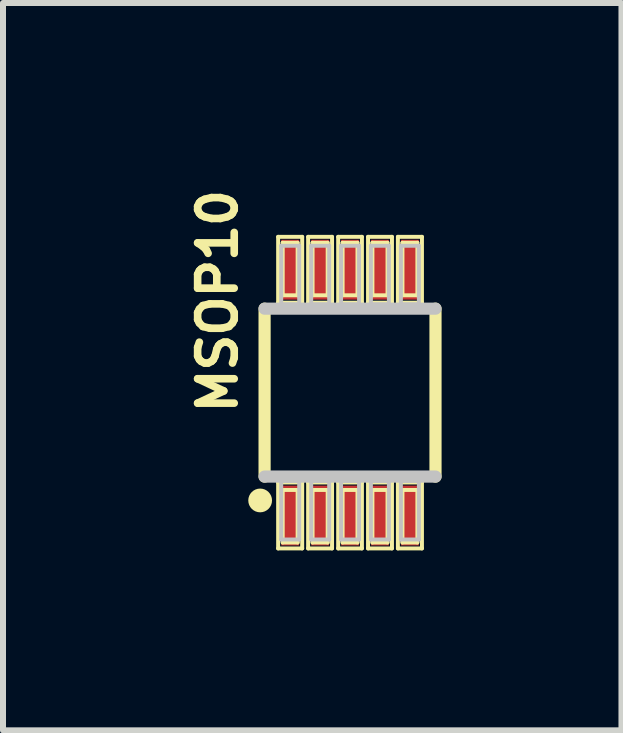
<source format=kicad_pcb>
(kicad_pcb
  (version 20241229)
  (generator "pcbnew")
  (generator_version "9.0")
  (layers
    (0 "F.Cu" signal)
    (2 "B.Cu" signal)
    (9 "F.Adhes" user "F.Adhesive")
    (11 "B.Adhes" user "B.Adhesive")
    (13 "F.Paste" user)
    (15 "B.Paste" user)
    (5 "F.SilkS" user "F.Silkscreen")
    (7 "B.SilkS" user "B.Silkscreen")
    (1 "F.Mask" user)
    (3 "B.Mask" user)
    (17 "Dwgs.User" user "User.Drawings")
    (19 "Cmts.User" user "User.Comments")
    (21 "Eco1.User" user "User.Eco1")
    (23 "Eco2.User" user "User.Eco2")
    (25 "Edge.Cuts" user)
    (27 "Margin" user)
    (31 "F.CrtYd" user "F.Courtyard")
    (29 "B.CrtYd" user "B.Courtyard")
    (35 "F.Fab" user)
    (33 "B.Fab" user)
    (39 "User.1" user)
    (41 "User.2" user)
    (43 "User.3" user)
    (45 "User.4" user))
  (footprint "MSOP10"
    (layer "F.Cu")
    (at 2.787 3.497)
    (property "Reference" "MSOP10" (at -2.207 -1.524 90) (layer "F.SilkS") (effects (font (size 0.61 0.61) (thickness 0.127))))
    (attr smd)
    (fp_line (start -1.425 -1.4) (end -1.425 1.4) (stroke (width 0.203) (type solid)) (layer "F.SilkS"))
    (fp_line (start -1.199 -2.598) (end -0.798 -2.598) (stroke (width 0.066) (type solid)) (layer "F.SilkS"))
    (fp_line (start -1.199 -1.499) (end -1.199 -2.598) (stroke (width 0.066) (type solid)) (layer "F.SilkS"))
    (fp_line (start -1.199 -1.499) (end -0.798 -1.499) (stroke (width 0.066) (type solid)) (layer "F.SilkS"))
    (fp_line (start -1.199 1.499) (end -0.798 1.499) (stroke (width 0.066) (type solid)) (layer "F.SilkS"))
    (fp_line (start -1.199 2.598) (end -1.199 1.499) (stroke (width 0.066) (type solid)) (layer "F.SilkS"))
    (fp_line (start -1.199 2.598) (end -0.798 2.598) (stroke (width 0.066) (type solid)) (layer "F.SilkS"))
    (fp_line (start -1.123 -2.499) (end -0.874 -2.499) (stroke (width 0.066) (type solid)) (layer "F.SilkS"))
    (fp_line (start -1.123 -1.623) (end -1.123 -2.499) (stroke (width 0.066) (type solid)) (layer "F.SilkS"))
    (fp_line (start -1.123 -1.623) (end -0.874 -1.623) (stroke (width 0.066) (type solid)) (layer "F.SilkS"))
    (fp_line (start -1.123 1.623) (end -0.874 1.623) (stroke (width 0.066) (type solid)) (layer "F.SilkS"))
    (fp_line (start -1.123 2.499) (end -1.123 1.623) (stroke (width 0.066) (type solid)) (layer "F.SilkS"))
    (fp_line (start -1.123 2.499) (end -0.874 2.499) (stroke (width 0.066) (type solid)) (layer "F.SilkS"))
    (fp_line (start -0.874 -1.623) (end -0.874 -2.499) (stroke (width 0.066) (type solid)) (layer "F.SilkS"))
    (fp_line (start -0.874 2.499) (end -0.874 1.623) (stroke (width 0.066) (type solid)) (layer "F.SilkS"))
    (fp_line (start -0.798 -1.499) (end -0.798 -2.598) (stroke (width 0.066) (type solid)) (layer "F.SilkS"))
    (fp_line (start -0.798 2.598) (end -0.798 1.499) (stroke (width 0.066) (type solid)) (layer "F.SilkS"))
    (fp_line (start -0.699 -2.598) (end -0.3 -2.598) (stroke (width 0.066) (type solid)) (layer "F.SilkS"))
    (fp_line (start -0.699 -1.499) (end -0.699 -2.598) (stroke (width 0.066) (type solid)) (layer "F.SilkS"))
    (fp_line (start -0.699 -1.499) (end -0.3 -1.499) (stroke (width 0.066) (type solid)) (layer "F.SilkS"))
    (fp_line (start -0.699 1.499) (end -0.3 1.499) (stroke (width 0.066) (type solid)) (layer "F.SilkS"))
    (fp_line (start -0.699 2.598) (end -0.699 1.499) (stroke (width 0.066) (type solid)) (layer "F.SilkS"))
    (fp_line (start -0.699 2.598) (end -0.3 2.598) (stroke (width 0.066) (type solid)) (layer "F.SilkS"))
    (fp_line (start -0.625 -2.499) (end -0.373 -2.499) (stroke (width 0.066) (type solid)) (layer "F.SilkS"))
    (fp_line (start -0.625 -1.623) (end -0.625 -2.499) (stroke (width 0.066) (type solid)) (layer "F.SilkS"))
    (fp_line (start -0.625 -1.623) (end -0.373 -1.623) (stroke (width 0.066) (type solid)) (layer "F.SilkS"))
    (fp_line (start -0.625 1.623) (end -0.373 1.623) (stroke (width 0.066) (type solid)) (layer "F.SilkS"))
    (fp_line (start -0.625 2.499) (end -0.625 1.623) (stroke (width 0.066) (type solid)) (layer "F.SilkS"))
    (fp_line (start -0.625 2.499) (end -0.373 2.499) (stroke (width 0.066) (type solid)) (layer "F.SilkS"))
    (fp_line (start -0.373 -1.623) (end -0.373 -2.499) (stroke (width 0.066) (type solid)) (layer "F.SilkS"))
    (fp_line (start -0.373 2.499) (end -0.373 1.623) (stroke (width 0.066) (type solid)) (layer "F.SilkS"))
    (fp_line (start -0.3 -1.499) (end -0.3 -2.598) (stroke (width 0.066) (type solid)) (layer "F.SilkS"))
    (fp_line (start -0.3 2.598) (end -0.3 1.499) (stroke (width 0.066) (type solid)) (layer "F.SilkS"))
    (fp_line (start -0.198 -2.598) (end 0.198 -2.598) (stroke (width 0.066) (type solid)) (layer "F.SilkS"))
    (fp_line (start -0.198 -1.499) (end -0.198 -2.598) (stroke (width 0.066) (type solid)) (layer "F.SilkS"))
    (fp_line (start -0.198 -1.499) (end 0.198 -1.499) (stroke (width 0.066) (type solid)) (layer "F.SilkS"))
    (fp_line (start -0.198 1.499) (end 0.198 1.499) (stroke (width 0.066) (type solid)) (layer "F.SilkS"))
    (fp_line (start -0.198 2.598) (end -0.198 1.499) (stroke (width 0.066) (type solid)) (layer "F.SilkS"))
    (fp_line (start -0.198 2.598) (end 0.198 2.598) (stroke (width 0.066) (type solid)) (layer "F.SilkS"))
    (fp_line (start -0.124 -2.499) (end 0.124 -2.499) (stroke (width 0.066) (type solid)) (layer "F.SilkS"))
    (fp_line (start -0.124 -1.623) (end -0.124 -2.499) (stroke (width 0.066) (type solid)) (layer "F.SilkS"))
    (fp_line (start -0.124 -1.623) (end 0.124 -1.623) (stroke (width 0.066) (type solid)) (layer "F.SilkS"))
    (fp_line (start -0.124 1.623) (end 0.124 1.623) (stroke (width 0.066) (type solid)) (layer "F.SilkS"))
    (fp_line (start -0.124 2.499) (end -0.124 1.623) (stroke (width 0.066) (type solid)) (layer "F.SilkS"))
    (fp_line (start -0.124 2.499) (end 0.124 2.499) (stroke (width 0.066) (type solid)) (layer "F.SilkS"))
    (fp_line (start 0.124 -1.623) (end 0.124 -2.499) (stroke (width 0.066) (type solid)) (layer "F.SilkS"))
    (fp_line (start 0.124 2.499) (end 0.124 1.623) (stroke (width 0.066) (type solid)) (layer "F.SilkS"))
    (fp_line (start 0.198 -1.499) (end 0.198 -2.598) (stroke (width 0.066) (type solid)) (layer "F.SilkS"))
    (fp_line (start 0.198 2.598) (end 0.198 1.499) (stroke (width 0.066) (type solid)) (layer "F.SilkS"))
    (fp_line (start 0.3 -2.598) (end 0.699 -2.598) (stroke (width 0.066) (type solid)) (layer "F.SilkS"))
    (fp_line (start 0.3 -1.499) (end 0.3 -2.598) (stroke (width 0.066) (type solid)) (layer "F.SilkS"))
    (fp_line (start 0.3 -1.499) (end 0.699 -1.499) (stroke (width 0.066) (type solid)) (layer "F.SilkS"))
    (fp_line (start 0.3 1.499) (end 0.699 1.499) (stroke (width 0.066) (type solid)) (layer "F.SilkS"))
    (fp_line (start 0.3 2.598) (end 0.3 1.499) (stroke (width 0.066) (type solid)) (layer "F.SilkS"))
    (fp_line (start 0.3 2.598) (end 0.699 2.598) (stroke (width 0.066) (type solid)) (layer "F.SilkS"))
    (fp_line (start 0.373 -2.499) (end 0.625 -2.499) (stroke (width 0.066) (type solid)) (layer "F.SilkS"))
    (fp_line (start 0.373 -1.623) (end 0.373 -2.499) (stroke (width 0.066) (type solid)) (layer "F.SilkS"))
    (fp_line (start 0.373 -1.623) (end 0.625 -1.623) (stroke (width 0.066) (type solid)) (layer "F.SilkS"))
    (fp_line (start 0.373 1.623) (end 0.625 1.623) (stroke (width 0.066) (type solid)) (layer "F.SilkS"))
    (fp_line (start 0.373 2.499) (end 0.373 1.623) (stroke (width 0.066) (type solid)) (layer "F.SilkS"))
    (fp_line (start 0.373 2.499) (end 0.625 2.499) (stroke (width 0.066) (type solid)) (layer "F.SilkS"))
    (fp_line (start 0.625 -1.623) (end 0.625 -2.499) (stroke (width 0.066) (type solid)) (layer "F.SilkS"))
    (fp_line (start 0.625 2.499) (end 0.625 1.623) (stroke (width 0.066) (type solid)) (layer "F.SilkS"))
    (fp_line (start 0.699 -1.499) (end 0.699 -2.598) (stroke (width 0.066) (type solid)) (layer "F.SilkS"))
    (fp_line (start 0.699 2.598) (end 0.699 1.499) (stroke (width 0.066) (type solid)) (layer "F.SilkS"))
    (fp_line (start 0.798 -2.598) (end 1.199 -2.598) (stroke (width 0.066) (type solid)) (layer "F.SilkS"))
    (fp_line (start 0.798 -1.499) (end 0.798 -2.598) (stroke (width 0.066) (type solid)) (layer "F.SilkS"))
    (fp_line (start 0.798 -1.499) (end 1.199 -1.499) (stroke (width 0.066) (type solid)) (layer "F.SilkS"))
    (fp_line (start 0.798 1.499) (end 1.199 1.499) (stroke (width 0.066) (type solid)) (layer "F.SilkS"))
    (fp_line (start 0.798 2.598) (end 0.798 1.499) (stroke (width 0.066) (type solid)) (layer "F.SilkS"))
    (fp_line (start 0.798 2.598) (end 1.199 2.598) (stroke (width 0.066) (type solid)) (layer "F.SilkS"))
    (fp_line (start 0.874 -2.499) (end 1.123 -2.499) (stroke (width 0.066) (type solid)) (layer "F.SilkS"))
    (fp_line (start 0.874 -1.623) (end 0.874 -2.499) (stroke (width 0.066) (type solid)) (layer "F.SilkS"))
    (fp_line (start 0.874 -1.623) (end 1.123 -1.623) (stroke (width 0.066) (type solid)) (layer "F.SilkS"))
    (fp_line (start 0.874 1.623) (end 1.123 1.623) (stroke (width 0.066) (type solid)) (layer "F.SilkS"))
    (fp_line (start 0.874 2.499) (end 0.874 1.623) (stroke (width 0.066) (type solid)) (layer "F.SilkS"))
    (fp_line (start 0.874 2.499) (end 1.123 2.499) (stroke (width 0.066) (type solid)) (layer "F.SilkS"))
    (fp_line (start 1.123 -1.623) (end 1.123 -2.499) (stroke (width 0.066) (type solid)) (layer "F.SilkS"))
    (fp_line (start 1.123 2.499) (end 1.123 1.623) (stroke (width 0.066) (type solid)) (layer "F.SilkS"))
    (fp_line (start 1.199 -1.499) (end 1.199 -2.598) (stroke (width 0.066) (type solid)) (layer "F.SilkS"))
    (fp_line (start 1.199 2.598) (end 1.199 1.499) (stroke (width 0.066) (type solid)) (layer "F.SilkS"))
    (fp_line (start 1.425 1.4) (end 1.425 -1.4) (stroke (width 0.203) (type solid)) (layer "F.SilkS"))
    (fp_circle (center -1.499 1.798) (end -1.499 1.6) (stroke (width 0) (type solid)) (fill yes) (layer "F.SilkS"))
    (fp_line (start -1.425 1.4) (end 1.425 1.4) (stroke (width 0.203) (type solid)) (layer "Dwgs.User"))
    (fp_line (start -1.148 -2.449) (end -0.848 -2.449) (stroke (width 0.066) (type solid)) (layer "Dwgs.User"))
    (fp_line (start -1.148 -1.473) (end -1.148 -2.449) (stroke (width 0.066) (type solid)) (layer "Dwgs.User"))
    (fp_line (start -1.148 -1.473) (end -0.848 -1.473) (stroke (width 0.066) (type solid)) (layer "Dwgs.User"))
    (fp_line (start -1.148 1.473) (end -0.848 1.473) (stroke (width 0.066) (type solid)) (layer "Dwgs.User"))
    (fp_line (start -1.148 2.449) (end -1.148 1.473) (stroke (width 0.066) (type solid)) (layer "Dwgs.User"))
    (fp_line (start -1.148 2.449) (end -0.848 2.449) (stroke (width 0.066) (type solid)) (layer "Dwgs.User"))
    (fp_line (start -0.848 -1.473) (end -0.848 -2.449) (stroke (width 0.066) (type solid)) (layer "Dwgs.User"))
    (fp_line (start -0.848 2.449) (end -0.848 1.473) (stroke (width 0.066) (type solid)) (layer "Dwgs.User"))
    (fp_line (start -0.648 -2.449) (end -0.348 -2.449) (stroke (width 0.066) (type solid)) (layer "Dwgs.User"))
    (fp_line (start -0.648 -1.473) (end -0.648 -2.449) (stroke (width 0.066) (type solid)) (layer "Dwgs.User"))
    (fp_line (start -0.648 -1.473) (end -0.348 -1.473) (stroke (width 0.066) (type solid)) (layer "Dwgs.User"))
    (fp_line (start -0.648 1.473) (end -0.348 1.473) (stroke (width 0.066) (type solid)) (layer "Dwgs.User"))
    (fp_line (start -0.648 2.449) (end -0.648 1.473) (stroke (width 0.066) (type solid)) (layer "Dwgs.User"))
    (fp_line (start -0.648 2.449) (end -0.348 2.449) (stroke (width 0.066) (type solid)) (layer "Dwgs.User"))
    (fp_line (start -0.348 -1.473) (end -0.348 -2.449) (stroke (width 0.066) (type solid)) (layer "Dwgs.User"))
    (fp_line (start -0.348 2.449) (end -0.348 1.473) (stroke (width 0.066) (type solid)) (layer "Dwgs.User"))
    (fp_line (start -0.15 -2.449) (end 0.15 -2.449) (stroke (width 0.066) (type solid)) (layer "Dwgs.User"))
    (fp_line (start -0.15 -1.473) (end -0.15 -2.449) (stroke (width 0.066) (type solid)) (layer "Dwgs.User"))
    (fp_line (start -0.15 -1.473) (end 0.15 -1.473) (stroke (width 0.066) (type solid)) (layer "Dwgs.User"))
    (fp_line (start -0.15 1.473) (end 0.15 1.473) (stroke (width 0.066) (type solid)) (layer "Dwgs.User"))
    (fp_line (start -0.15 2.449) (end -0.15 1.473) (stroke (width 0.066) (type solid)) (layer "Dwgs.User"))
    (fp_line (start -0.15 2.449) (end 0.15 2.449) (stroke (width 0.066) (type solid)) (layer "Dwgs.User"))
    (fp_line (start 0.15 -1.473) (end 0.15 -2.449) (stroke (width 0.066) (type solid)) (layer "Dwgs.User"))
    (fp_line (start 0.15 2.449) (end 0.15 1.473) (stroke (width 0.066) (type solid)) (layer "Dwgs.User"))
    (fp_line (start 0.348 -2.449) (end 0.648 -2.449) (stroke (width 0.066) (type solid)) (layer "Dwgs.User"))
    (fp_line (start 0.348 -1.473) (end 0.348 -2.449) (stroke (width 0.066) (type solid)) (layer "Dwgs.User"))
    (fp_line (start 0.348 -1.473) (end 0.648 -1.473) (stroke (width 0.066) (type solid)) (layer "Dwgs.User"))
    (fp_line (start 0.348 1.473) (end 0.648 1.473) (stroke (width 0.066) (type solid)) (layer "Dwgs.User"))
    (fp_line (start 0.348 2.449) (end 0.348 1.473) (stroke (width 0.066) (type solid)) (layer "Dwgs.User"))
    (fp_line (start 0.348 2.449) (end 0.648 2.449) (stroke (width 0.066) (type solid)) (layer "Dwgs.User"))
    (fp_line (start 0.648 -1.473) (end 0.648 -2.449) (stroke (width 0.066) (type solid)) (layer "Dwgs.User"))
    (fp_line (start 0.648 2.449) (end 0.648 1.473) (stroke (width 0.066) (type solid)) (layer "Dwgs.User"))
    (fp_line (start 0.848 -2.449) (end 1.148 -2.449) (stroke (width 0.066) (type solid)) (layer "Dwgs.User"))
    (fp_line (start 0.848 -1.473) (end 0.848 -2.449) (stroke (width 0.066) (type solid)) (layer "Dwgs.User"))
    (fp_line (start 0.848 -1.473) (end 1.148 -1.473) (stroke (width 0.066) (type solid)) (layer "Dwgs.User"))
    (fp_line (start 0.848 1.473) (end 1.148 1.473) (stroke (width 0.066) (type solid)) (layer "Dwgs.User"))
    (fp_line (start 0.848 2.449) (end 0.848 1.473) (stroke (width 0.066) (type solid)) (layer "Dwgs.User"))
    (fp_line (start 0.848 2.449) (end 1.148 2.449) (stroke (width 0.066) (type solid)) (layer "Dwgs.User"))
    (fp_line (start 1.148 -1.473) (end 1.148 -2.449) (stroke (width 0.066) (type solid)) (layer "Dwgs.User"))
    (fp_line (start 1.148 2.449) (end 1.148 1.473) (stroke (width 0.066) (type solid)) (layer "Dwgs.User"))
    (fp_line (start 1.425 -1.4) (end -1.425 -1.4) (stroke (width 0.203) (type solid)) (layer "Dwgs.User"))
    (pad "1" smd rect (at -0.998 2.05) (size 0.3 0.998) (layers "F.Cu" "F.Mask" "F.Paste"))
    (pad "2" smd rect (at -0.498 2.05) (size 0.3 0.998) (layers "F.Cu" "F.Mask" "F.Paste"))
    (pad "3" smd rect (at 0 2.05) (size 0.3 0.998) (layers "F.Cu" "F.Mask" "F.Paste"))
    (pad "4" smd rect (at 0.498 2.05) (size 0.3 0.998) (layers "F.Cu" "F.Mask" "F.Paste"))
    (pad "5" smd rect (at 0.998 2.05) (size 0.3 0.998) (layers "F.Cu" "F.Mask" "F.Paste"))
    (pad "6" smd rect (at 0.998 -2.05 180) (size 0.3 0.998) (layers "F.Cu" "F.Mask" "F.Paste"))
    (pad "7" smd rect (at 0.498 -2.05 180) (size 0.3 0.998) (layers "F.Cu" "F.Mask" "F.Paste"))
    (pad "8" smd rect (at 0 -2.05 180) (size 0.3 0.998) (layers "F.Cu" "F.Mask" "F.Paste"))
    (pad "9" smd rect (at -0.498 -2.05 180) (size 0.3 0.998) (layers "F.Cu" "F.Mask" "F.Paste"))
    (pad "10" smd rect (at -0.998 -2.05 180) (size 0.3 0.998) (layers "F.Cu" "F.Mask" "F.Paste")))
  (gr_rect
    (start -3 -3)
    (end 7.313 9.128)
    (stroke (width 0.1) (type default))
    (fill no)
    (layer "Edge.Cuts")))
</source>
